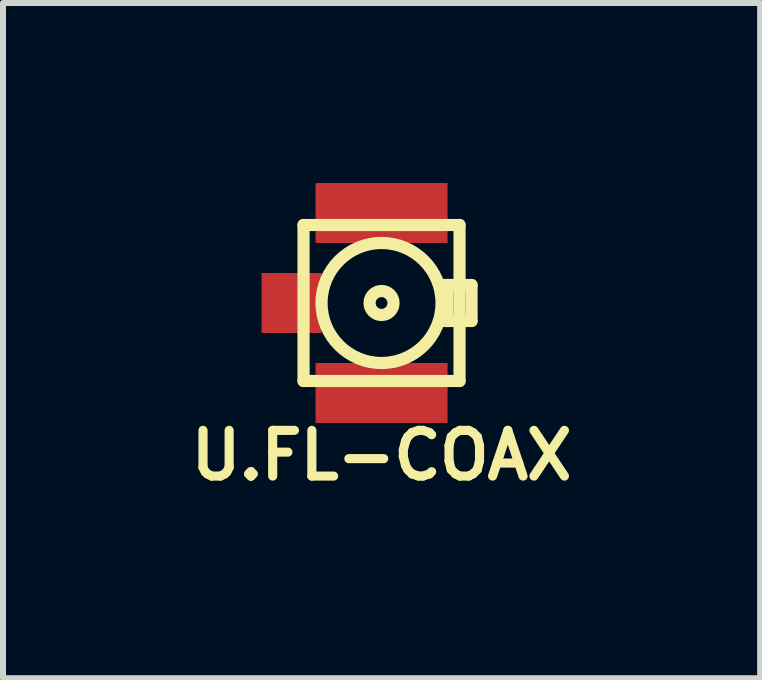
<source format=kicad_pcb>
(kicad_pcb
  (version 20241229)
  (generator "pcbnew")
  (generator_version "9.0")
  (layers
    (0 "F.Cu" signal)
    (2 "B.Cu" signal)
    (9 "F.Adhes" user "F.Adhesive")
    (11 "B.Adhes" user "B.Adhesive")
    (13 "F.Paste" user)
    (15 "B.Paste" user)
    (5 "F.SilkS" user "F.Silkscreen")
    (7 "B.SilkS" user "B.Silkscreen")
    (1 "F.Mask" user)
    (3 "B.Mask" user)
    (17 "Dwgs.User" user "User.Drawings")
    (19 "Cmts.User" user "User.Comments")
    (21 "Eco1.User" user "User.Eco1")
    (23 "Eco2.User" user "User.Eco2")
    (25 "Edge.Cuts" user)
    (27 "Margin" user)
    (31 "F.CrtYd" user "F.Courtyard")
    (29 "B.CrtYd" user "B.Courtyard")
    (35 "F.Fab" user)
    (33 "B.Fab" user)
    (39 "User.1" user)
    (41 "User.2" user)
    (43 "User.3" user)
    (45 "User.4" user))
  (footprint "U.FL-COAX"
    (layer "F.Cu")
    (at 3.309 2)
    (property "Reference" "U.FL-COAX" (at 0 2.54 0) (layer "F.SilkS") (effects (font (size 0.762 0.762) (thickness 0.152))))
    (attr smd)
    (fp_line (start -1.3 -1.3) (end -1.3 1.3) (stroke (width 0.203) (type solid)) (layer "F.SilkS"))
    (fp_line (start -1.3 1.3) (end 1.3 1.3) (stroke (width 0.203) (type solid)) (layer "F.SilkS"))
    (fp_line (start 1.1 0.3) (end 1.1 -0.3) (stroke (width 0.203) (type solid)) (layer "F.SilkS"))
    (fp_line (start 1.3 -1.3) (end -1.3 -1.3) (stroke (width 0.203) (type solid)) (layer "F.SilkS"))
    (fp_line (start 1.3 1.3) (end 1.3 -1.3) (stroke (width 0.203) (type solid)) (layer "F.SilkS"))
    (fp_line (start 1.5 -0.3) (end 1 -0.3) (stroke (width 0.203) (type solid)) (layer "F.SilkS"))
    (fp_line (start 1.5 0.3) (end 1 0.3) (stroke (width 0.203) (type solid)) (layer "F.SilkS"))
    (fp_line (start 1.5 0.3) (end 1.5 -0.3) (stroke (width 0.203) (type solid)) (layer "F.SilkS"))
    (fp_circle (center 0 0) (end 0.2 0) (stroke (width 0.203) (type solid)) (fill no) (layer "F.SilkS"))
    (fp_circle (center 0 0) (end 1 0) (stroke (width 0.203) (type solid)) (fill no) (layer "F.SilkS"))
    (pad "1" smd rect (at -1.5 0) (size 1 1) (layers "F.Cu" "F.Mask" "F.Paste"))
    (pad "2" smd rect (at 0 -1.5) (size 2.2 1) (layers "F.Cu" "F.Mask" "F.Paste"))
    (pad "2" smd rect (at 0 1.5) (size 2.2 1) (layers "F.Cu" "F.Mask" "F.Paste")))
  (gr_rect
    (start -3 -3)
    (end 9.619 8.253)
    (stroke (width 0.1) (type default))
    (fill no)
    (layer "Edge.Cuts")))
</source>
